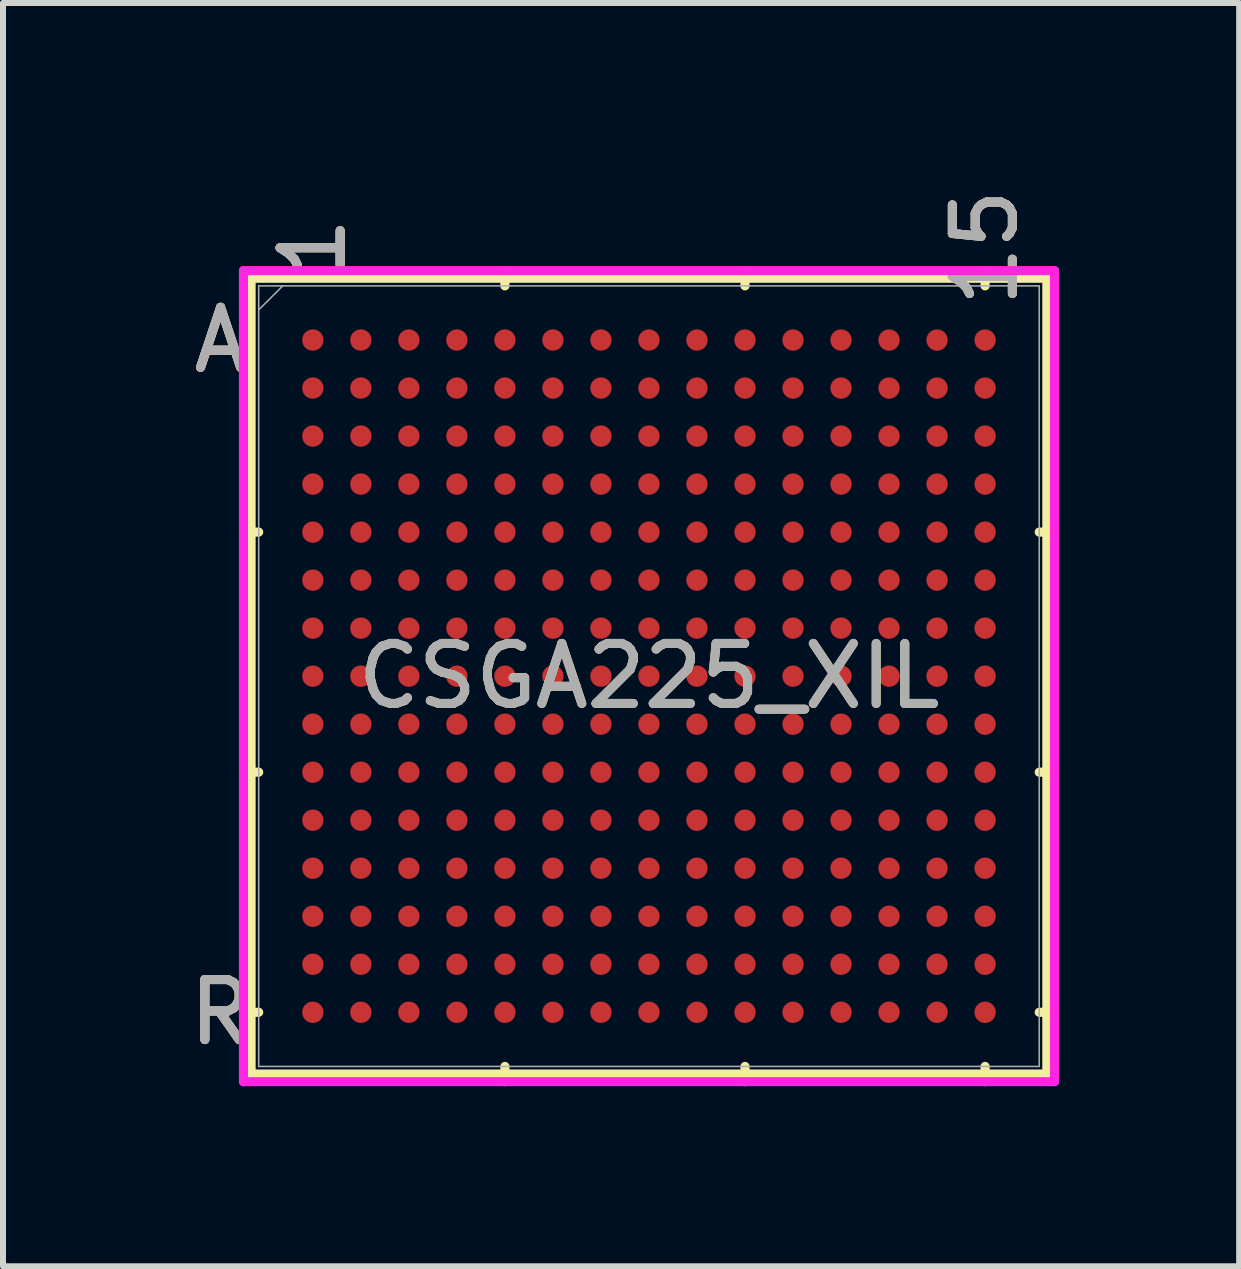
<source format=kicad_pcb>
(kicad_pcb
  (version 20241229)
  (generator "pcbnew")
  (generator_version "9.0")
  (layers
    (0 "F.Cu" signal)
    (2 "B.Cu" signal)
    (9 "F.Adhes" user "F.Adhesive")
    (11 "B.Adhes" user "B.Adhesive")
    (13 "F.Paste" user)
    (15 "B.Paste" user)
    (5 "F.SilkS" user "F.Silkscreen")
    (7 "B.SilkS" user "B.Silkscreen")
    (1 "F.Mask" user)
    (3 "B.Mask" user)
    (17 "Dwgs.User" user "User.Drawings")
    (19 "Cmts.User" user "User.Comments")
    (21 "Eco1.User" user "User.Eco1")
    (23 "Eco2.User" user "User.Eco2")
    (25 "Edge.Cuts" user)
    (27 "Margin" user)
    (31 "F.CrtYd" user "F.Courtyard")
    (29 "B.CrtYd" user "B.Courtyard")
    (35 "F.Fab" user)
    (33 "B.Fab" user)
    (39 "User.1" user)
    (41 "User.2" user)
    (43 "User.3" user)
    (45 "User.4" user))
  (footprint "CSGA225_XIL"
    (layer "F.Cu")
    (at 7.762 8.215)
    (property "Reference" "CSGA225_XIL" (at 0 0 0) (unlocked yes) (layer "F.SilkS") (effects (font (size 1 1) (thickness 0.15))))
    (attr smd)
    (fp_line (start -6.629 -6.629) (end -6.629 6.629) (stroke (width 0.152) (type solid)) (layer "F.SilkS"))
    (fp_line (start -6.629 6.629) (end 6.629 6.629) (stroke (width 0.152) (type solid)) (layer "F.SilkS"))
    (fp_line (start -6.502 -2.4) (end -6.756 -2.4) (stroke (width 0.152) (type solid)) (layer "F.SilkS"))
    (fp_line (start -6.502 1.6) (end -6.756 1.6) (stroke (width 0.152) (type solid)) (layer "F.SilkS"))
    (fp_line (start -6.502 5.6) (end -6.756 5.6) (stroke (width 0.152) (type solid)) (layer "F.SilkS"))
    (fp_line (start -2.4 -6.502) (end -2.4 -6.756) (stroke (width 0.152) (type solid)) (layer "F.SilkS"))
    (fp_line (start -2.4 6.502) (end -2.4 6.756) (stroke (width 0.152) (type solid)) (layer "F.SilkS"))
    (fp_line (start 1.6 -6.502) (end 1.6 -6.756) (stroke (width 0.152) (type solid)) (layer "F.SilkS"))
    (fp_line (start 1.6 6.502) (end 1.6 6.756) (stroke (width 0.152) (type solid)) (layer "F.SilkS"))
    (fp_line (start 5.6 -6.502) (end 5.6 -6.756) (stroke (width 0.152) (type solid)) (layer "F.SilkS"))
    (fp_line (start 5.6 6.502) (end 5.6 6.756) (stroke (width 0.152) (type solid)) (layer "F.SilkS"))
    (fp_line (start 6.502 -2.4) (end 6.756 -2.4) (stroke (width 0.152) (type solid)) (layer "F.SilkS"))
    (fp_line (start 6.502 1.6) (end 6.756 1.6) (stroke (width 0.152) (type solid)) (layer "F.SilkS"))
    (fp_line (start 6.502 5.6) (end 6.756 5.6) (stroke (width 0.152) (type solid)) (layer "F.SilkS"))
    (fp_line (start 6.629 -6.629) (end -6.629 -6.629) (stroke (width 0.152) (type solid)) (layer "F.SilkS"))
    (fp_line (start 6.629 6.629) (end 6.629 -6.629) (stroke (width 0.152) (type solid)) (layer "F.SilkS"))
    (fp_line (start -6.756 -6.756) (end 6.756 -6.756) (stroke (width 0.152) (type solid)) (layer "F.CrtYd"))
    (fp_line (start -6.756 6.756) (end -6.756 -6.756) (stroke (width 0.152) (type solid)) (layer "F.CrtYd"))
    (fp_line (start 6.756 -6.756) (end 6.756 6.756) (stroke (width 0.152) (type solid)) (layer "F.CrtYd"))
    (fp_line (start 6.756 6.756) (end -6.756 6.756) (stroke (width 0.152) (type solid)) (layer "F.CrtYd"))
    (fp_line (start -6.502 -6.502) (end -6.502 6.502) (stroke (width 0.025) (type solid)) (layer "F.Fab"))
    (fp_line (start -6.502 6.502) (end 6.502 6.502) (stroke (width 0.025) (type solid)) (layer "F.Fab"))
    (fp_line (start -6.102 -6.502) (end -6.502 -6.102) (stroke (width 0.025) (type solid)) (layer "F.Fab"))
    (fp_line (start 6.502 -6.502) (end -6.502 -6.502) (stroke (width 0.025) (type solid)) (layer "F.Fab"))
    (fp_line (start 6.502 6.502) (end 6.502 -6.502) (stroke (width 0.025) (type solid)) (layer "F.Fab"))
    (fp_text user "1" (at -5.6 -7.137 90) (unlocked yes) (layer "F.SilkS") (effects (font (size 1 1) (thickness 0.15))))
    (fp_text user "A" (at -7.137 -5.6 0) (unlocked yes) (layer "F.SilkS") (effects (font (size 1 1) (thickness 0.15))))
    (fp_text user "R" (at -7.137 5.6 0) (unlocked yes) (layer "F.SilkS") (effects (font (size 1 1) (thickness 0.15))))
    (fp_text user "15" (at 5.6 -7.137 90) (unlocked yes) (layer "F.SilkS") (effects (font (size 1 1) (thickness 0.15))))
    (fp_text user "15" (at 5.6 -7.137 90) (unlocked yes) (layer "B.SilkS") (effects (font (size 1 1) (thickness 0.15))))
    (fp_text user "R" (at -7.137 5.6 0) (unlocked yes) (layer "B.SilkS") (effects (font (size 1 1) (thickness 0.15))))
    (fp_text user "1" (at -5.6 -7.137 90) (unlocked yes) (layer "B.SilkS") (effects (font (size 1 1) (thickness 0.15))))
    (fp_text user "A" (at -7.137 -5.6 0) (unlocked yes) (layer "B.SilkS") (effects (font (size 1 1) (thickness 0.15))))
    (fp_text user "15" (at 5.6 -7.137 90) (unlocked yes) (layer "F.Fab") (effects (font (size 1 1) (thickness 0.15))))
    (fp_text user "R" (at -7.137 5.6 0) (unlocked yes) (layer "F.Fab") (effects (font (size 1 1) (thickness 0.15))))
    (fp_text user "A" (at -7.137 -5.6 0) (unlocked yes) (layer "F.Fab") (effects (font (size 1 1) (thickness 0.15))))
    (fp_text user "1" (at -5.6 -7.137 90) (unlocked yes) (layer "F.Fab") (effects (font (size 1 1) (thickness 0.15))))
    (fp_text user "${REFERENCE}" (at 0 0 0) (unlocked yes) (layer "F.Fab") (effects (font (size 1 1) (thickness 0.15))))
    (pad "A1" smd circle (at -5.6 -5.6) (size 0.356 0.356) (layers "F.Cu" "F.Mask" "F.Paste"))
    (pad "A2" smd circle (at -4.8 -5.6) (size 0.356 0.356) (layers "F.Cu" "F.Mask" "F.Paste"))
    (pad "A3" smd circle (at -4 -5.6) (size 0.356 0.356) (layers "F.Cu" "F.Mask" "F.Paste"))
    (pad "A4" smd circle (at -3.2 -5.6) (size 0.356 0.356) (layers "F.Cu" "F.Mask" "F.Paste"))
    (pad "A5" smd circle (at -2.4 -5.6) (size 0.356 0.356) (layers "F.Cu" "F.Mask" "F.Paste"))
    (pad "A6" smd circle (at -1.6 -5.6) (size 0.356 0.356) (layers "F.Cu" "F.Mask" "F.Paste"))
    (pad "A7" smd circle (at -0.8 -5.6) (size 0.356 0.356) (layers "F.Cu" "F.Mask" "F.Paste"))
    (pad "A8" smd circle (at 0 -5.6) (size 0.356 0.356) (layers "F.Cu" "F.Mask" "F.Paste"))
    (pad "A9" smd circle (at 0.8 -5.6) (size 0.356 0.356) (layers "F.Cu" "F.Mask" "F.Paste"))
    (pad "A10" smd circle (at 1.6 -5.6) (size 0.356 0.356) (layers "F.Cu" "F.Mask" "F.Paste"))
    (pad "A11" smd circle (at 2.4 -5.6) (size 0.356 0.356) (layers "F.Cu" "F.Mask" "F.Paste"))
    (pad "A12" smd circle (at 3.2 -5.6) (size 0.356 0.356) (layers "F.Cu" "F.Mask" "F.Paste"))
    (pad "A13" smd circle (at 4 -5.6) (size 0.356 0.356) (layers "F.Cu" "F.Mask" "F.Paste"))
    (pad "A14" smd circle (at 4.8 -5.6) (size 0.356 0.356) (layers "F.Cu" "F.Mask" "F.Paste"))
    (pad "A15" smd circle (at 5.6 -5.6) (size 0.356 0.356) (layers "F.Cu" "F.Mask" "F.Paste"))
    (pad "B1" smd circle (at -5.6 -4.8) (size 0.356 0.356) (layers "F.Cu" "F.Mask" "F.Paste"))
    (pad "B2" smd circle (at -4.8 -4.8) (size 0.356 0.356) (layers "F.Cu" "F.Mask" "F.Paste"))
    (pad "B3" smd circle (at -4 -4.8) (size 0.356 0.356) (layers "F.Cu" "F.Mask" "F.Paste"))
    (pad "B4" smd circle (at -3.2 -4.8) (size 0.356 0.356) (layers "F.Cu" "F.Mask" "F.Paste"))
    (pad "B5" smd circle (at -2.4 -4.8) (size 0.356 0.356) (layers "F.Cu" "F.Mask" "F.Paste"))
    (pad "B6" smd circle (at -1.6 -4.8) (size 0.356 0.356) (layers "F.Cu" "F.Mask" "F.Paste"))
    (pad "B7" smd circle (at -0.8 -4.8) (size 0.356 0.356) (layers "F.Cu" "F.Mask" "F.Paste"))
    (pad "B8" smd circle (at 0 -4.8) (size 0.356 0.356) (layers "F.Cu" "F.Mask" "F.Paste"))
    (pad "B9" smd circle (at 0.8 -4.8) (size 0.356 0.356) (layers "F.Cu" "F.Mask" "F.Paste"))
    (pad "B10" smd circle (at 1.6 -4.8) (size 0.356 0.356) (layers "F.Cu" "F.Mask" "F.Paste"))
    (pad "B11" smd circle (at 2.4 -4.8) (size 0.356 0.356) (layers "F.Cu" "F.Mask" "F.Paste"))
    (pad "B12" smd circle (at 3.2 -4.8) (size 0.356 0.356) (layers "F.Cu" "F.Mask" "F.Paste"))
    (pad "B13" smd circle (at 4 -4.8) (size 0.356 0.356) (layers "F.Cu" "F.Mask" "F.Paste"))
    (pad "B14" smd circle (at 4.8 -4.8) (size 0.356 0.356) (layers "F.Cu" "F.Mask" "F.Paste"))
    (pad "B15" smd circle (at 5.6 -4.8) (size 0.356 0.356) (layers "F.Cu" "F.Mask" "F.Paste"))
    (pad "C1" smd circle (at -5.6 -4) (size 0.356 0.356) (layers "F.Cu" "F.Mask" "F.Paste"))
    (pad "C2" smd circle (at -4.8 -4) (size 0.356 0.356) (layers "F.Cu" "F.Mask" "F.Paste"))
    (pad "C3" smd circle (at -4 -4) (size 0.356 0.356) (layers "F.Cu" "F.Mask" "F.Paste"))
    (pad "C4" smd circle (at -3.2 -4) (size 0.356 0.356) (layers "F.Cu" "F.Mask" "F.Paste"))
    (pad "C5" smd circle (at -2.4 -4) (size 0.356 0.356) (layers "F.Cu" "F.Mask" "F.Paste"))
    (pad "C6" smd circle (at -1.6 -4) (size 0.356 0.356) (layers "F.Cu" "F.Mask" "F.Paste"))
    (pad "C7" smd circle (at -0.8 -4) (size 0.356 0.356) (layers "F.Cu" "F.Mask" "F.Paste"))
    (pad "C8" smd circle (at 0 -4) (size 0.356 0.356) (layers "F.Cu" "F.Mask" "F.Paste"))
    (pad "C9" smd circle (at 0.8 -4) (size 0.356 0.356) (layers "F.Cu" "F.Mask" "F.Paste"))
    (pad "C10" smd circle (at 1.6 -4) (size 0.356 0.356) (layers "F.Cu" "F.Mask" "F.Paste"))
    (pad "C11" smd circle (at 2.4 -4) (size 0.356 0.356) (layers "F.Cu" "F.Mask" "F.Paste"))
    (pad "C12" smd circle (at 3.2 -4) (size 0.356 0.356) (layers "F.Cu" "F.Mask" "F.Paste"))
    (pad "C13" smd circle (at 4 -4) (size 0.356 0.356) (layers "F.Cu" "F.Mask" "F.Paste"))
    (pad "C14" smd circle (at 4.8 -4) (size 0.356 0.356) (layers "F.Cu" "F.Mask" "F.Paste"))
    (pad "C15" smd circle (at 5.6 -4) (size 0.356 0.356) (layers "F.Cu" "F.Mask" "F.Paste"))
    (pad "D1" smd circle (at -5.6 -3.2) (size 0.356 0.356) (layers "F.Cu" "F.Mask" "F.Paste"))
    (pad "D2" smd circle (at -4.8 -3.2) (size 0.356 0.356) (layers "F.Cu" "F.Mask" "F.Paste"))
    (pad "D3" smd circle (at -4 -3.2) (size 0.356 0.356) (layers "F.Cu" "F.Mask" "F.Paste"))
    (pad "D4" smd circle (at -3.2 -3.2) (size 0.356 0.356) (layers "F.Cu" "F.Mask" "F.Paste"))
    (pad "D5" smd circle (at -2.4 -3.2) (size 0.356 0.356) (layers "F.Cu" "F.Mask" "F.Paste"))
    (pad "D6" smd circle (at -1.6 -3.2) (size 0.356 0.356) (layers "F.Cu" "F.Mask" "F.Paste"))
    (pad "D7" smd circle (at -0.8 -3.2) (size 0.356 0.356) (layers "F.Cu" "F.Mask" "F.Paste"))
    (pad "D8" smd circle (at 0 -3.2) (size 0.356 0.356) (layers "F.Cu" "F.Mask" "F.Paste"))
    (pad "D9" smd circle (at 0.8 -3.2) (size 0.356 0.356) (layers "F.Cu" "F.Mask" "F.Paste"))
    (pad "D10" smd circle (at 1.6 -3.2) (size 0.356 0.356) (layers "F.Cu" "F.Mask" "F.Paste"))
    (pad "D11" smd circle (at 2.4 -3.2) (size 0.356 0.356) (layers "F.Cu" "F.Mask" "F.Paste"))
    (pad "D12" smd circle (at 3.2 -3.2) (size 0.356 0.356) (layers "F.Cu" "F.Mask" "F.Paste"))
    (pad "D13" smd circle (at 4 -3.2) (size 0.356 0.356) (layers "F.Cu" "F.Mask" "F.Paste"))
    (pad "D14" smd circle (at 4.8 -3.2) (size 0.356 0.356) (layers "F.Cu" "F.Mask" "F.Paste"))
    (pad "D15" smd circle (at 5.6 -3.2) (size 0.356 0.356) (layers "F.Cu" "F.Mask" "F.Paste"))
    (pad "E1" smd circle (at -5.6 -2.4) (size 0.356 0.356) (layers "F.Cu" "F.Mask" "F.Paste"))
    (pad "E2" smd circle (at -4.8 -2.4) (size 0.356 0.356) (layers "F.Cu" "F.Mask" "F.Paste"))
    (pad "E3" smd circle (at -4 -2.4) (size 0.356 0.356) (layers "F.Cu" "F.Mask" "F.Paste"))
    (pad "E4" smd circle (at -3.2 -2.4) (size 0.356 0.356) (layers "F.Cu" "F.Mask" "F.Paste"))
    (pad "E5" smd circle (at -2.4 -2.4) (size 0.356 0.356) (layers "F.Cu" "F.Mask" "F.Paste"))
    (pad "E6" smd circle (at -1.6 -2.4) (size 0.356 0.356) (layers "F.Cu" "F.Mask" "F.Paste"))
    (pad "E7" smd circle (at -0.8 -2.4) (size 0.356 0.356) (layers "F.Cu" "F.Mask" "F.Paste"))
    (pad "E8" smd circle (at 0 -2.4) (size 0.356 0.356) (layers "F.Cu" "F.Mask" "F.Paste"))
    (pad "E9" smd circle (at 0.8 -2.4) (size 0.356 0.356) (layers "F.Cu" "F.Mask" "F.Paste"))
    (pad "E10" smd circle (at 1.6 -2.4) (size 0.356 0.356) (layers "F.Cu" "F.Mask" "F.Paste"))
    (pad "E11" smd circle (at 2.4 -2.4) (size 0.356 0.356) (layers "F.Cu" "F.Mask" "F.Paste"))
    (pad "E12" smd circle (at 3.2 -2.4) (size 0.356 0.356) (layers "F.Cu" "F.Mask" "F.Paste"))
    (pad "E13" smd circle (at 4 -2.4) (size 0.356 0.356) (layers "F.Cu" "F.Mask" "F.Paste"))
    (pad "E14" smd circle (at 4.8 -2.4) (size 0.356 0.356) (layers "F.Cu" "F.Mask" "F.Paste"))
    (pad "E15" smd circle (at 5.6 -2.4) (size 0.356 0.356) (layers "F.Cu" "F.Mask" "F.Paste"))
    (pad "F1" smd circle (at -5.6 -1.6) (size 0.356 0.356) (layers "F.Cu" "F.Mask" "F.Paste"))
    (pad "F2" smd circle (at -4.8 -1.6) (size 0.356 0.356) (layers "F.Cu" "F.Mask" "F.Paste"))
    (pad "F3" smd circle (at -4 -1.6) (size 0.356 0.356) (layers "F.Cu" "F.Mask" "F.Paste"))
    (pad "F4" smd circle (at -3.2 -1.6) (size 0.356 0.356) (layers "F.Cu" "F.Mask" "F.Paste"))
    (pad "F5" smd circle (at -2.4 -1.6) (size 0.356 0.356) (layers "F.Cu" "F.Mask" "F.Paste"))
    (pad "F6" smd circle (at -1.6 -1.6) (size 0.356 0.356) (layers "F.Cu" "F.Mask" "F.Paste"))
    (pad "F7" smd circle (at -0.8 -1.6) (size 0.356 0.356) (layers "F.Cu" "F.Mask" "F.Paste"))
    (pad "F8" smd circle (at 0 -1.6) (size 0.356 0.356) (layers "F.Cu" "F.Mask" "F.Paste"))
    (pad "F9" smd circle (at 0.8 -1.6) (size 0.356 0.356) (layers "F.Cu" "F.Mask" "F.Paste"))
    (pad "F10" smd circle (at 1.6 -1.6) (size 0.356 0.356) (layers "F.Cu" "F.Mask" "F.Paste"))
    (pad "F11" smd circle (at 2.4 -1.6) (size 0.356 0.356) (layers "F.Cu" "F.Mask" "F.Paste"))
    (pad "F12" smd circle (at 3.2 -1.6) (size 0.356 0.356) (layers "F.Cu" "F.Mask" "F.Paste"))
    (pad "F13" smd circle (at 4 -1.6) (size 0.356 0.356) (layers "F.Cu" "F.Mask" "F.Paste"))
    (pad "F14" smd circle (at 4.8 -1.6) (size 0.356 0.356) (layers "F.Cu" "F.Mask" "F.Paste"))
    (pad "F15" smd circle (at 5.6 -1.6) (size 0.356 0.356) (layers "F.Cu" "F.Mask" "F.Paste"))
    (pad "G1" smd circle (at -5.6 -0.8) (size 0.356 0.356) (layers "F.Cu" "F.Mask" "F.Paste"))
    (pad "G2" smd circle (at -4.8 -0.8) (size 0.356 0.356) (layers "F.Cu" "F.Mask" "F.Paste"))
    (pad "G3" smd circle (at -4 -0.8) (size 0.356 0.356) (layers "F.Cu" "F.Mask" "F.Paste"))
    (pad "G4" smd circle (at -3.2 -0.8) (size 0.356 0.356) (layers "F.Cu" "F.Mask" "F.Paste"))
    (pad "G5" smd circle (at -2.4 -0.8) (size 0.356 0.356) (layers "F.Cu" "F.Mask" "F.Paste"))
    (pad "G6" smd circle (at -1.6 -0.8) (size 0.356 0.356) (layers "F.Cu" "F.Mask" "F.Paste"))
    (pad "G7" smd circle (at -0.8 -0.8) (size 0.356 0.356) (layers "F.Cu" "F.Mask" "F.Paste"))
    (pad "G8" smd circle (at 0 -0.8) (size 0.356 0.356) (layers "F.Cu" "F.Mask" "F.Paste"))
    (pad "G9" smd circle (at 0.8 -0.8) (size 0.356 0.356) (layers "F.Cu" "F.Mask" "F.Paste"))
    (pad "G10" smd circle (at 1.6 -0.8) (size 0.356 0.356) (layers "F.Cu" "F.Mask" "F.Paste"))
    (pad "G11" smd circle (at 2.4 -0.8) (size 0.356 0.356) (layers "F.Cu" "F.Mask" "F.Paste"))
    (pad "G12" smd circle (at 3.2 -0.8) (size 0.356 0.356) (layers "F.Cu" "F.Mask" "F.Paste"))
    (pad "G13" smd circle (at 4 -0.8) (size 0.356 0.356) (layers "F.Cu" "F.Mask" "F.Paste"))
    (pad "G14" smd circle (at 4.8 -0.8) (size 0.356 0.356) (layers "F.Cu" "F.Mask" "F.Paste"))
    (pad "G15" smd circle (at 5.6 -0.8) (size 0.356 0.356) (layers "F.Cu" "F.Mask" "F.Paste"))
    (pad "H1" smd circle (at -5.6 0) (size 0.356 0.356) (layers "F.Cu" "F.Mask" "F.Paste"))
    (pad "H2" smd circle (at -4.8 0) (size 0.356 0.356) (layers "F.Cu" "F.Mask" "F.Paste"))
    (pad "H3" smd circle (at -4 0) (size 0.356 0.356) (layers "F.Cu" "F.Mask" "F.Paste"))
    (pad "H4" smd circle (at -3.2 0) (size 0.356 0.356) (layers "F.Cu" "F.Mask" "F.Paste"))
    (pad "H5" smd circle (at -2.4 0) (size 0.356 0.356) (layers "F.Cu" "F.Mask" "F.Paste"))
    (pad "H6" smd circle (at -1.6 0) (size 0.356 0.356) (layers "F.Cu" "F.Mask" "F.Paste"))
    (pad "H7" smd circle (at -0.8 0) (size 0.356 0.356) (layers "F.Cu" "F.Mask" "F.Paste"))
    (pad "H8" smd circle (at 0 0) (size 0.356 0.356) (layers "F.Cu" "F.Mask" "F.Paste"))
    (pad "H9" smd circle (at 0.8 0) (size 0.356 0.356) (layers "F.Cu" "F.Mask" "F.Paste"))
    (pad "H10" smd circle (at 1.6 0) (size 0.356 0.356) (layers "F.Cu" "F.Mask" "F.Paste"))
    (pad "H11" smd circle (at 2.4 0) (size 0.356 0.356) (layers "F.Cu" "F.Mask" "F.Paste"))
    (pad "H12" smd circle (at 3.2 0) (size 0.356 0.356) (layers "F.Cu" "F.Mask" "F.Paste"))
    (pad "H13" smd circle (at 4 0) (size 0.356 0.356) (layers "F.Cu" "F.Mask" "F.Paste"))
    (pad "H14" smd circle (at 4.8 0) (size 0.356 0.356) (layers "F.Cu" "F.Mask" "F.Paste"))
    (pad "H15" smd circle (at 5.6 0) (size 0.356 0.356) (layers "F.Cu" "F.Mask" "F.Paste"))
    (pad "J1" smd circle (at -5.6 0.8) (size 0.356 0.356) (layers "F.Cu" "F.Mask" "F.Paste"))
    (pad "J2" smd circle (at -4.8 0.8) (size 0.356 0.356) (layers "F.Cu" "F.Mask" "F.Paste"))
    (pad "J3" smd circle (at -4 0.8) (size 0.356 0.356) (layers "F.Cu" "F.Mask" "F.Paste"))
    (pad "J4" smd circle (at -3.2 0.8) (size 0.356 0.356) (layers "F.Cu" "F.Mask" "F.Paste"))
    (pad "J5" smd circle (at -2.4 0.8) (size 0.356 0.356) (layers "F.Cu" "F.Mask" "F.Paste"))
    (pad "J6" smd circle (at -1.6 0.8) (size 0.356 0.356) (layers "F.Cu" "F.Mask" "F.Paste"))
    (pad "J7" smd circle (at -0.8 0.8) (size 0.356 0.356) (layers "F.Cu" "F.Mask" "F.Paste"))
    (pad "J8" smd circle (at 0 0.8) (size 0.356 0.356) (layers "F.Cu" "F.Mask" "F.Paste"))
    (pad "J9" smd circle (at 0.8 0.8) (size 0.356 0.356) (layers "F.Cu" "F.Mask" "F.Paste"))
    (pad "J10" smd circle (at 1.6 0.8) (size 0.356 0.356) (layers "F.Cu" "F.Mask" "F.Paste"))
    (pad "J11" smd circle (at 2.4 0.8) (size 0.356 0.356) (layers "F.Cu" "F.Mask" "F.Paste"))
    (pad "J12" smd circle (at 3.2 0.8) (size 0.356 0.356) (layers "F.Cu" "F.Mask" "F.Paste"))
    (pad "J13" smd circle (at 4 0.8) (size 0.356 0.356) (layers "F.Cu" "F.Mask" "F.Paste"))
    (pad "J14" smd circle (at 4.8 0.8) (size 0.356 0.356) (layers "F.Cu" "F.Mask" "F.Paste"))
    (pad "J15" smd circle (at 5.6 0.8) (size 0.356 0.356) (layers "F.Cu" "F.Mask" "F.Paste"))
    (pad "K1" smd circle (at -5.6 1.6) (size 0.356 0.356) (layers "F.Cu" "F.Mask" "F.Paste"))
    (pad "K2" smd circle (at -4.8 1.6) (size 0.356 0.356) (layers "F.Cu" "F.Mask" "F.Paste"))
    (pad "K3" smd circle (at -4 1.6) (size 0.356 0.356) (layers "F.Cu" "F.Mask" "F.Paste"))
    (pad "K4" smd circle (at -3.2 1.6) (size 0.356 0.356) (layers "F.Cu" "F.Mask" "F.Paste"))
    (pad "K5" smd circle (at -2.4 1.6) (size 0.356 0.356) (layers "F.Cu" "F.Mask" "F.Paste"))
    (pad "K6" smd circle (at -1.6 1.6) (size 0.356 0.356) (layers "F.Cu" "F.Mask" "F.Paste"))
    (pad "K7" smd circle (at -0.8 1.6) (size 0.356 0.356) (layers "F.Cu" "F.Mask" "F.Paste"))
    (pad "K8" smd circle (at 0 1.6) (size 0.356 0.356) (layers "F.Cu" "F.Mask" "F.Paste"))
    (pad "K9" smd circle (at 0.8 1.6) (size 0.356 0.356) (layers "F.Cu" "F.Mask" "F.Paste"))
    (pad "K10" smd circle (at 1.6 1.6) (size 0.356 0.356) (layers "F.Cu" "F.Mask" "F.Paste"))
    (pad "K11" smd circle (at 2.4 1.6) (size 0.356 0.356) (layers "F.Cu" "F.Mask" "F.Paste"))
    (pad "K12" smd circle (at 3.2 1.6) (size 0.356 0.356) (layers "F.Cu" "F.Mask" "F.Paste"))
    (pad "K13" smd circle (at 4 1.6) (size 0.356 0.356) (layers "F.Cu" "F.Mask" "F.Paste"))
    (pad "K14" smd circle (at 4.8 1.6) (size 0.356 0.356) (layers "F.Cu" "F.Mask" "F.Paste"))
    (pad "K15" smd circle (at 5.6 1.6) (size 0.356 0.356) (layers "F.Cu" "F.Mask" "F.Paste"))
    (pad "L1" smd circle (at -5.6 2.4) (size 0.356 0.356) (layers "F.Cu" "F.Mask" "F.Paste"))
    (pad "L2" smd circle (at -4.8 2.4) (size 0.356 0.356) (layers "F.Cu" "F.Mask" "F.Paste"))
    (pad "L3" smd circle (at -4 2.4) (size 0.356 0.356) (layers "F.Cu" "F.Mask" "F.Paste"))
    (pad "L4" smd circle (at -3.2 2.4) (size 0.356 0.356) (layers "F.Cu" "F.Mask" "F.Paste"))
    (pad "L5" smd circle (at -2.4 2.4) (size 0.356 0.356) (layers "F.Cu" "F.Mask" "F.Paste"))
    (pad "L6" smd circle (at -1.6 2.4) (size 0.356 0.356) (layers "F.Cu" "F.Mask" "F.Paste"))
    (pad "L7" smd circle (at -0.8 2.4) (size 0.356 0.356) (layers "F.Cu" "F.Mask" "F.Paste"))
    (pad "L8" smd circle (at 0 2.4) (size 0.356 0.356) (layers "F.Cu" "F.Mask" "F.Paste"))
    (pad "L9" smd circle (at 0.8 2.4) (size 0.356 0.356) (layers "F.Cu" "F.Mask" "F.Paste"))
    (pad "L10" smd circle (at 1.6 2.4) (size 0.356 0.356) (layers "F.Cu" "F.Mask" "F.Paste"))
    (pad "L11" smd circle (at 2.4 2.4) (size 0.356 0.356) (layers "F.Cu" "F.Mask" "F.Paste"))
    (pad "L12" smd circle (at 3.2 2.4) (size 0.356 0.356) (layers "F.Cu" "F.Mask" "F.Paste"))
    (pad "L13" smd circle (at 4 2.4) (size 0.356 0.356) (layers "F.Cu" "F.Mask" "F.Paste"))
    (pad "L14" smd circle (at 4.8 2.4) (size 0.356 0.356) (layers "F.Cu" "F.Mask" "F.Paste"))
    (pad "L15" smd circle (at 5.6 2.4) (size 0.356 0.356) (layers "F.Cu" "F.Mask" "F.Paste"))
    (pad "M1" smd circle (at -5.6 3.2) (size 0.356 0.356) (layers "F.Cu" "F.Mask" "F.Paste"))
    (pad "M2" smd circle (at -4.8 3.2) (size 0.356 0.356) (layers "F.Cu" "F.Mask" "F.Paste"))
    (pad "M3" smd circle (at -4 3.2) (size 0.356 0.356) (layers "F.Cu" "F.Mask" "F.Paste"))
    (pad "M4" smd circle (at -3.2 3.2) (size 0.356 0.356) (layers "F.Cu" "F.Mask" "F.Paste"))
    (pad "M5" smd circle (at -2.4 3.2) (size 0.356 0.356) (layers "F.Cu" "F.Mask" "F.Paste"))
    (pad "M6" smd circle (at -1.6 3.2) (size 0.356 0.356) (layers "F.Cu" "F.Mask" "F.Paste"))
    (pad "M7" smd circle (at -0.8 3.2) (size 0.356 0.356) (layers "F.Cu" "F.Mask" "F.Paste"))
    (pad "M8" smd circle (at 0 3.2) (size 0.356 0.356) (layers "F.Cu" "F.Mask" "F.Paste"))
    (pad "M9" smd circle (at 0.8 3.2) (size 0.356 0.356) (layers "F.Cu" "F.Mask" "F.Paste"))
    (pad "M10" smd circle (at 1.6 3.2) (size 0.356 0.356) (layers "F.Cu" "F.Mask" "F.Paste"))
    (pad "M11" smd circle (at 2.4 3.2) (size 0.356 0.356) (layers "F.Cu" "F.Mask" "F.Paste"))
    (pad "M12" smd circle (at 3.2 3.2) (size 0.356 0.356) (layers "F.Cu" "F.Mask" "F.Paste"))
    (pad "M13" smd circle (at 4 3.2) (size 0.356 0.356) (layers "F.Cu" "F.Mask" "F.Paste"))
    (pad "M14" smd circle (at 4.8 3.2) (size 0.356 0.356) (layers "F.Cu" "F.Mask" "F.Paste"))
    (pad "M15" smd circle (at 5.6 3.2) (size 0.356 0.356) (layers "F.Cu" "F.Mask" "F.Paste"))
    (pad "N1" smd circle (at -5.6 4) (size 0.356 0.356) (layers "F.Cu" "F.Mask" "F.Paste"))
    (pad "N2" smd circle (at -4.8 4) (size 0.356 0.356) (layers "F.Cu" "F.Mask" "F.Paste"))
    (pad "N3" smd circle (at -4 4) (size 0.356 0.356) (layers "F.Cu" "F.Mask" "F.Paste"))
    (pad "N4" smd circle (at -3.2 4) (size 0.356 0.356) (layers "F.Cu" "F.Mask" "F.Paste"))
    (pad "N5" smd circle (at -2.4 4) (size 0.356 0.356) (layers "F.Cu" "F.Mask" "F.Paste"))
    (pad "N6" smd circle (at -1.6 4) (size 0.356 0.356) (layers "F.Cu" "F.Mask" "F.Paste"))
    (pad "N7" smd circle (at -0.8 4) (size 0.356 0.356) (layers "F.Cu" "F.Mask" "F.Paste"))
    (pad "N8" smd circle (at 0 4) (size 0.356 0.356) (layers "F.Cu" "F.Mask" "F.Paste"))
    (pad "N9" smd circle (at 0.8 4) (size 0.356 0.356) (layers "F.Cu" "F.Mask" "F.Paste"))
    (pad "N10" smd circle (at 1.6 4) (size 0.356 0.356) (layers "F.Cu" "F.Mask" "F.Paste"))
    (pad "N11" smd circle (at 2.4 4) (size 0.356 0.356) (layers "F.Cu" "F.Mask" "F.Paste"))
    (pad "N12" smd circle (at 3.2 4) (size 0.356 0.356) (layers "F.Cu" "F.Mask" "F.Paste"))
    (pad "N13" smd circle (at 4 4) (size 0.356 0.356) (layers "F.Cu" "F.Mask" "F.Paste"))
    (pad "N14" smd circle (at 4.8 4) (size 0.356 0.356) (layers "F.Cu" "F.Mask" "F.Paste"))
    (pad "N15" smd circle (at 5.6 4) (size 0.356 0.356) (layers "F.Cu" "F.Mask" "F.Paste"))
    (pad "P1" smd circle (at -5.6 4.8) (size 0.356 0.356) (layers "F.Cu" "F.Mask" "F.Paste"))
    (pad "P2" smd circle (at -4.8 4.8) (size 0.356 0.356) (layers "F.Cu" "F.Mask" "F.Paste"))
    (pad "P3" smd circle (at -4 4.8) (size 0.356 0.356) (layers "F.Cu" "F.Mask" "F.Paste"))
    (pad "P4" smd circle (at -3.2 4.8) (size 0.356 0.356) (layers "F.Cu" "F.Mask" "F.Paste"))
    (pad "P5" smd circle (at -2.4 4.8) (size 0.356 0.356) (layers "F.Cu" "F.Mask" "F.Paste"))
    (pad "P6" smd circle (at -1.6 4.8) (size 0.356 0.356) (layers "F.Cu" "F.Mask" "F.Paste"))
    (pad "P7" smd circle (at -0.8 4.8) (size 0.356 0.356) (layers "F.Cu" "F.Mask" "F.Paste"))
    (pad "P8" smd circle (at 0 4.8) (size 0.356 0.356) (layers "F.Cu" "F.Mask" "F.Paste"))
    (pad "P9" smd circle (at 0.8 4.8) (size 0.356 0.356) (layers "F.Cu" "F.Mask" "F.Paste"))
    (pad "P10" smd circle (at 1.6 4.8) (size 0.356 0.356) (layers "F.Cu" "F.Mask" "F.Paste"))
    (pad "P11" smd circle (at 2.4 4.8) (size 0.356 0.356) (layers "F.Cu" "F.Mask" "F.Paste"))
    (pad "P12" smd circle (at 3.2 4.8) (size 0.356 0.356) (layers "F.Cu" "F.Mask" "F.Paste"))
    (pad "P13" smd circle (at 4 4.8) (size 0.356 0.356) (layers "F.Cu" "F.Mask" "F.Paste"))
    (pad "P14" smd circle (at 4.8 4.8) (size 0.356 0.356) (layers "F.Cu" "F.Mask" "F.Paste"))
    (pad "P15" smd circle (at 5.6 4.8) (size 0.356 0.356) (layers "F.Cu" "F.Mask" "F.Paste"))
    (pad "R1" smd circle (at -5.6 5.6) (size 0.356 0.356) (layers "F.Cu" "F.Mask" "F.Paste"))
    (pad "R2" smd circle (at -4.8 5.6) (size 0.356 0.356) (layers "F.Cu" "F.Mask" "F.Paste"))
    (pad "R3" smd circle (at -4 5.6) (size 0.356 0.356) (layers "F.Cu" "F.Mask" "F.Paste"))
    (pad "R4" smd circle (at -3.2 5.6) (size 0.356 0.356) (layers "F.Cu" "F.Mask" "F.Paste"))
    (pad "R5" smd circle (at -2.4 5.6) (size 0.356 0.356) (layers "F.Cu" "F.Mask" "F.Paste"))
    (pad "R6" smd circle (at -1.6 5.6) (size 0.356 0.356) (layers "F.Cu" "F.Mask" "F.Paste"))
    (pad "R7" smd circle (at -0.8 5.6) (size 0.356 0.356) (layers "F.Cu" "F.Mask" "F.Paste"))
    (pad "R8" smd circle (at 0 5.6) (size 0.356 0.356) (layers "F.Cu" "F.Mask" "F.Paste"))
    (pad "R9" smd circle (at 0.8 5.6) (size 0.356 0.356) (layers "F.Cu" "F.Mask" "F.Paste"))
    (pad "R10" smd circle (at 1.6 5.6) (size 0.356 0.356) (layers "F.Cu" "F.Mask" "F.Paste"))
    (pad "R11" smd circle (at 2.4 5.6) (size 0.356 0.356) (layers "F.Cu" "F.Mask" "F.Paste"))
    (pad "R12" smd circle (at 3.2 5.6) (size 0.356 0.356) (layers "F.Cu" "F.Mask" "F.Paste"))
    (pad "R13" smd circle (at 4 5.6) (size 0.356 0.356) (layers "F.Cu" "F.Mask" "F.Paste"))
    (pad "R14" smd circle (at 4.8 5.6) (size 0.356 0.356) (layers "F.Cu" "F.Mask" "F.Paste"))
    (pad "R15" smd circle (at 5.6 5.6) (size 0.356 0.356) (layers "F.Cu" "F.Mask" "F.Paste")))
  (gr_rect
    (start -3 -3)
    (end 17.595 18.047)
    (stroke (width 0.1) (type default))
    (fill no)
    (layer "Edge.Cuts")))
</source>
